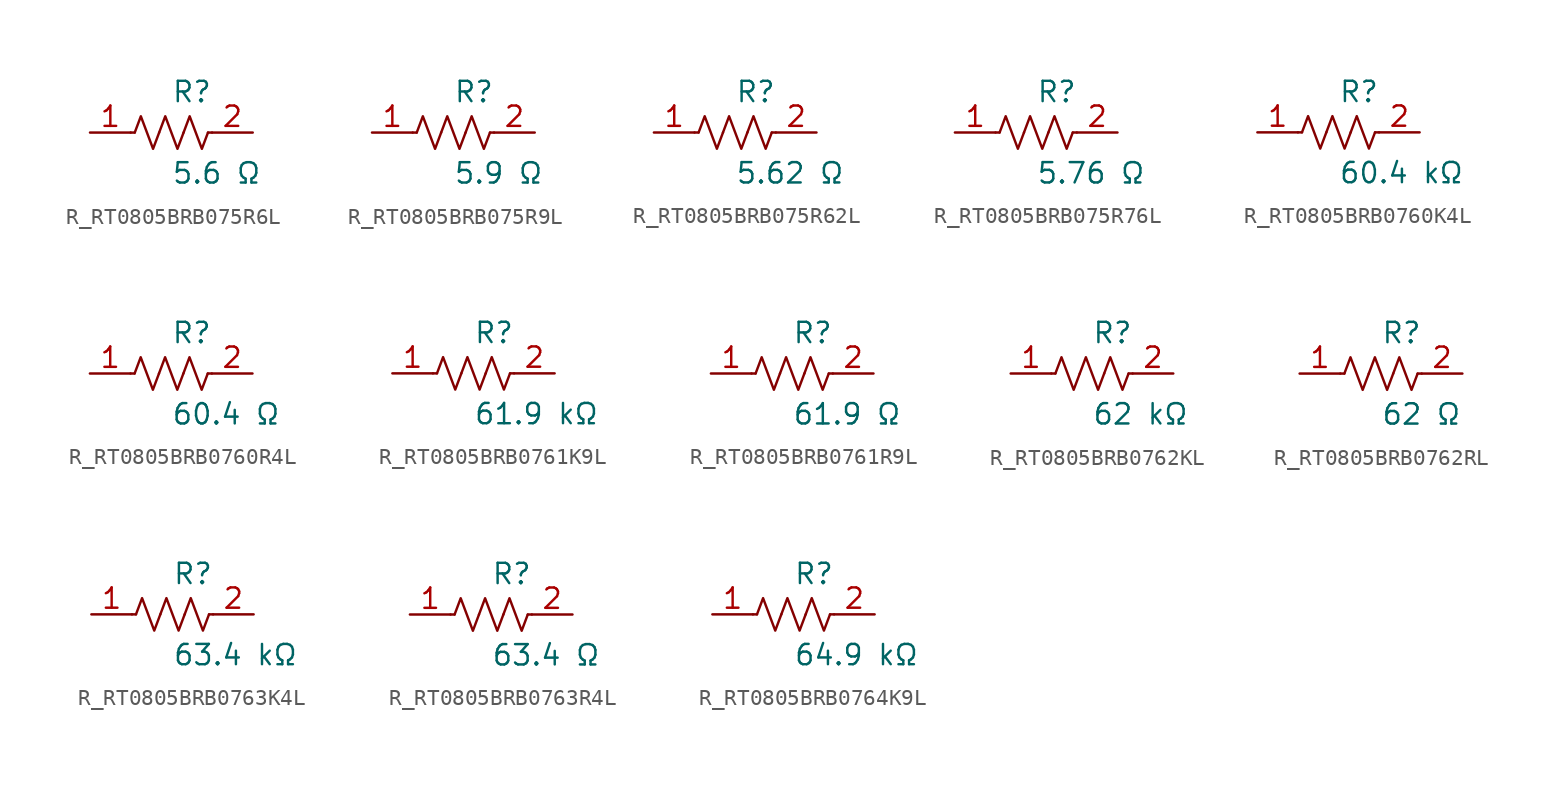
<source format=kicad_sym>
(kicad_symbol_lib
  (version 20231120)
  (generator kicad_symbol_editor)
  (generator_version 8.0)
  (symbol "R_RT0805BRB075R6L"
    (pin_names
      (offset 0.254))
    (property "Reference" "R"
      (at 0 2.54 0)
      (effects (font (size 1.27 1.27)) (justify left)))
    (property "Value" "5.6 Ω"
      (at 0 -2.54 0)
      (effects (font (size 1.27 1.27)) (justify left)))
    (symbol "R_RT0805BRB075R6L_0_1"
      (polyline (pts (xy 2.286 0) (xy 2.54 0)) (stroke (width 0) (type default)) (fill (type none)))
      (polyline (pts (xy -2.286 0) (xy -2.54 0)) (stroke (width 0) (type default)) (fill (type none)))
      (polyline (pts (xy 0.762 0) (xy 1.143 1.016) (xy 1.524 0) (xy 1.905 -1.016) (xy 2.286 0)) (stroke (width 0) (type default)) (fill (type none)))
      (polyline (pts (xy -0.762 0) (xy -0.381 1.016) (xy 0 0) (xy 0.381 -1.016) (xy 0.762 0)) (stroke (width 0) (type default)) (fill (type none)))
      (polyline (pts (xy -2.286 0) (xy -1.905 1.016) (xy -1.524 0) (xy -1.143 -1.016) (xy -0.762 0)) (stroke (width 0) (type default)) (fill (type none))))
    (pin unspecified line
      (at -5.08 0 0)
      (length 2.54)
      (name "" (effects (font (size 1.27 1.27))))
      (number "1" (effects (font (size 1.27 1.27)))))
    (pin unspecified line
      (at 5.08 0 180)
      (length 2.54)
      (name "" (effects (font (size 1.27 1.27))))
      (number "2" (effects (font (size 1.27 1.27))))))
  (symbol "R_RT0805BRB075R9L"
    (pin_names
      (offset 0.254))
    (property "Reference" "R"
      (at 0 2.54 0)
      (effects (font (size 1.27 1.27)) (justify left)))
    (property "Value" "5.9 Ω"
      (at 0 -2.54 0)
      (effects (font (size 1.27 1.27)) (justify left)))
    (symbol "R_RT0805BRB075R9L_0_1"
      (polyline (pts (xy 2.286 0) (xy 2.54 0)) (stroke (width 0) (type default)) (fill (type none)))
      (polyline (pts (xy -2.286 0) (xy -2.54 0)) (stroke (width 0) (type default)) (fill (type none)))
      (polyline (pts (xy 0.762 0) (xy 1.143 1.016) (xy 1.524 0) (xy 1.905 -1.016) (xy 2.286 0)) (stroke (width 0) (type default)) (fill (type none)))
      (polyline (pts (xy -0.762 0) (xy -0.381 1.016) (xy 0 0) (xy 0.381 -1.016) (xy 0.762 0)) (stroke (width 0) (type default)) (fill (type none)))
      (polyline (pts (xy -2.286 0) (xy -1.905 1.016) (xy -1.524 0) (xy -1.143 -1.016) (xy -0.762 0)) (stroke (width 0) (type default)) (fill (type none))))
    (pin unspecified line
      (at -5.08 0 0)
      (length 2.54)
      (name "" (effects (font (size 1.27 1.27))))
      (number "1" (effects (font (size 1.27 1.27)))))
    (pin unspecified line
      (at 5.08 0 180)
      (length 2.54)
      (name "" (effects (font (size 1.27 1.27))))
      (number "2" (effects (font (size 1.27 1.27))))))
  (symbol "R_RT0805BRB075R62L"
    (pin_names
      (offset 0.254))
    (property "Reference" "R"
      (at 0 2.54 0)
      (effects (font (size 1.27 1.27)) (justify left)))
    (property "Value" "5.62 Ω"
      (at 0 -2.54 0)
      (effects (font (size 1.27 1.27)) (justify left)))
    (symbol "R_RT0805BRB075R62L_0_1"
      (polyline (pts (xy 2.286 0) (xy 2.54 0)) (stroke (width 0) (type default)) (fill (type none)))
      (polyline (pts (xy -2.286 0) (xy -2.54 0)) (stroke (width 0) (type default)) (fill (type none)))
      (polyline (pts (xy 0.762 0) (xy 1.143 1.016) (xy 1.524 0) (xy 1.905 -1.016) (xy 2.286 0)) (stroke (width 0) (type default)) (fill (type none)))
      (polyline (pts (xy -0.762 0) (xy -0.381 1.016) (xy 0 0) (xy 0.381 -1.016) (xy 0.762 0)) (stroke (width 0) (type default)) (fill (type none)))
      (polyline (pts (xy -2.286 0) (xy -1.905 1.016) (xy -1.524 0) (xy -1.143 -1.016) (xy -0.762 0)) (stroke (width 0) (type default)) (fill (type none))))
    (pin unspecified line
      (at -5.08 0 0)
      (length 2.54)
      (name "" (effects (font (size 1.27 1.27))))
      (number "1" (effects (font (size 1.27 1.27)))))
    (pin unspecified line
      (at 5.08 0 180)
      (length 2.54)
      (name "" (effects (font (size 1.27 1.27))))
      (number "2" (effects (font (size 1.27 1.27))))))
  (symbol "R_RT0805BRB075R76L"
    (pin_names
      (offset 0.254))
    (property "Reference" "R"
      (at 0 2.54 0)
      (effects (font (size 1.27 1.27)) (justify left)))
    (property "Value" "5.76 Ω"
      (at 0 -2.54 0)
      (effects (font (size 1.27 1.27)) (justify left)))
    (symbol "R_RT0805BRB075R76L_0_1"
      (polyline (pts (xy 2.286 0) (xy 2.54 0)) (stroke (width 0) (type default)) (fill (type none)))
      (polyline (pts (xy -2.286 0) (xy -2.54 0)) (stroke (width 0) (type default)) (fill (type none)))
      (polyline (pts (xy 0.762 0) (xy 1.143 1.016) (xy 1.524 0) (xy 1.905 -1.016) (xy 2.286 0)) (stroke (width 0) (type default)) (fill (type none)))
      (polyline (pts (xy -0.762 0) (xy -0.381 1.016) (xy 0 0) (xy 0.381 -1.016) (xy 0.762 0)) (stroke (width 0) (type default)) (fill (type none)))
      (polyline (pts (xy -2.286 0) (xy -1.905 1.016) (xy -1.524 0) (xy -1.143 -1.016) (xy -0.762 0)) (stroke (width 0) (type default)) (fill (type none))))
    (pin unspecified line
      (at -5.08 0 0)
      (length 2.54)
      (name "" (effects (font (size 1.27 1.27))))
      (number "1" (effects (font (size 1.27 1.27)))))
    (pin unspecified line
      (at 5.08 0 180)
      (length 2.54)
      (name "" (effects (font (size 1.27 1.27))))
      (number "2" (effects (font (size 1.27 1.27))))))
  (symbol "R_RT0805BRB0760K4L"
    (pin_names
      (offset 0.254))
    (property "Reference" "R"
      (at 0 2.54 0)
      (effects (font (size 1.27 1.27)) (justify left)))
    (property "Value" "60.4 kΩ"
      (at 0 -2.54 0)
      (effects (font (size 1.27 1.27)) (justify left)))
    (symbol "R_RT0805BRB0760K4L_0_1"
      (polyline (pts (xy 2.286 0) (xy 2.54 0)) (stroke (width 0) (type default)) (fill (type none)))
      (polyline (pts (xy -2.286 0) (xy -2.54 0)) (stroke (width 0) (type default)) (fill (type none)))
      (polyline (pts (xy 0.762 0) (xy 1.143 1.016) (xy 1.524 0) (xy 1.905 -1.016) (xy 2.286 0)) (stroke (width 0) (type default)) (fill (type none)))
      (polyline (pts (xy -0.762 0) (xy -0.381 1.016) (xy 0 0) (xy 0.381 -1.016) (xy 0.762 0)) (stroke (width 0) (type default)) (fill (type none)))
      (polyline (pts (xy -2.286 0) (xy -1.905 1.016) (xy -1.524 0) (xy -1.143 -1.016) (xy -0.762 0)) (stroke (width 0) (type default)) (fill (type none))))
    (pin unspecified line
      (at -5.08 0 0)
      (length 2.54)
      (name "" (effects (font (size 1.27 1.27))))
      (number "1" (effects (font (size 1.27 1.27)))))
    (pin unspecified line
      (at 5.08 0 180)
      (length 2.54)
      (name "" (effects (font (size 1.27 1.27))))
      (number "2" (effects (font (size 1.27 1.27))))))
  (symbol "R_RT0805BRB0760R4L"
    (pin_names
      (offset 0.254))
    (property "Reference" "R"
      (at 0 2.54 0)
      (effects (font (size 1.27 1.27)) (justify left)))
    (property "Value" "60.4 Ω"
      (at 0 -2.54 0)
      (effects (font (size 1.27 1.27)) (justify left)))
    (symbol "R_RT0805BRB0760R4L_0_1"
      (polyline (pts (xy 2.286 0) (xy 2.54 0)) (stroke (width 0) (type default)) (fill (type none)))
      (polyline (pts (xy -2.286 0) (xy -2.54 0)) (stroke (width 0) (type default)) (fill (type none)))
      (polyline (pts (xy 0.762 0) (xy 1.143 1.016) (xy 1.524 0) (xy 1.905 -1.016) (xy 2.286 0)) (stroke (width 0) (type default)) (fill (type none)))
      (polyline (pts (xy -0.762 0) (xy -0.381 1.016) (xy 0 0) (xy 0.381 -1.016) (xy 0.762 0)) (stroke (width 0) (type default)) (fill (type none)))
      (polyline (pts (xy -2.286 0) (xy -1.905 1.016) (xy -1.524 0) (xy -1.143 -1.016) (xy -0.762 0)) (stroke (width 0) (type default)) (fill (type none))))
    (pin unspecified line
      (at -5.08 0 0)
      (length 2.54)
      (name "" (effects (font (size 1.27 1.27))))
      (number "1" (effects (font (size 1.27 1.27)))))
    (pin unspecified line
      (at 5.08 0 180)
      (length 2.54)
      (name "" (effects (font (size 1.27 1.27))))
      (number "2" (effects (font (size 1.27 1.27))))))
  (symbol "R_RT0805BRB0761K9L"
    (pin_names
      (offset 0.254))
    (property "Reference" "R"
      (at 0 2.54 0)
      (effects (font (size 1.27 1.27)) (justify left)))
    (property "Value" "61.9 kΩ"
      (at 0 -2.54 0)
      (effects (font (size 1.27 1.27)) (justify left)))
    (symbol "R_RT0805BRB0761K9L_0_1"
      (polyline (pts (xy 2.286 0) (xy 2.54 0)) (stroke (width 0) (type default)) (fill (type none)))
      (polyline (pts (xy -2.286 0) (xy -2.54 0)) (stroke (width 0) (type default)) (fill (type none)))
      (polyline (pts (xy 0.762 0) (xy 1.143 1.016) (xy 1.524 0) (xy 1.905 -1.016) (xy 2.286 0)) (stroke (width 0) (type default)) (fill (type none)))
      (polyline (pts (xy -0.762 0) (xy -0.381 1.016) (xy 0 0) (xy 0.381 -1.016) (xy 0.762 0)) (stroke (width 0) (type default)) (fill (type none)))
      (polyline (pts (xy -2.286 0) (xy -1.905 1.016) (xy -1.524 0) (xy -1.143 -1.016) (xy -0.762 0)) (stroke (width 0) (type default)) (fill (type none))))
    (pin unspecified line
      (at -5.08 0 0)
      (length 2.54)
      (name "" (effects (font (size 1.27 1.27))))
      (number "1" (effects (font (size 1.27 1.27)))))
    (pin unspecified line
      (at 5.08 0 180)
      (length 2.54)
      (name "" (effects (font (size 1.27 1.27))))
      (number "2" (effects (font (size 1.27 1.27))))))
  (symbol "R_RT0805BRB0761R9L"
    (pin_names
      (offset 0.254))
    (property "Reference" "R"
      (at 0 2.54 0)
      (effects (font (size 1.27 1.27)) (justify left)))
    (property "Value" "61.9 Ω"
      (at 0 -2.54 0)
      (effects (font (size 1.27 1.27)) (justify left)))
    (symbol "R_RT0805BRB0761R9L_0_1"
      (polyline (pts (xy 2.286 0) (xy 2.54 0)) (stroke (width 0) (type default)) (fill (type none)))
      (polyline (pts (xy -2.286 0) (xy -2.54 0)) (stroke (width 0) (type default)) (fill (type none)))
      (polyline (pts (xy 0.762 0) (xy 1.143 1.016) (xy 1.524 0) (xy 1.905 -1.016) (xy 2.286 0)) (stroke (width 0) (type default)) (fill (type none)))
      (polyline (pts (xy -0.762 0) (xy -0.381 1.016) (xy 0 0) (xy 0.381 -1.016) (xy 0.762 0)) (stroke (width 0) (type default)) (fill (type none)))
      (polyline (pts (xy -2.286 0) (xy -1.905 1.016) (xy -1.524 0) (xy -1.143 -1.016) (xy -0.762 0)) (stroke (width 0) (type default)) (fill (type none))))
    (pin unspecified line
      (at -5.08 0 0)
      (length 2.54)
      (name "" (effects (font (size 1.27 1.27))))
      (number "1" (effects (font (size 1.27 1.27)))))
    (pin unspecified line
      (at 5.08 0 180)
      (length 2.54)
      (name "" (effects (font (size 1.27 1.27))))
      (number "2" (effects (font (size 1.27 1.27))))))
  (symbol "R_RT0805BRB0762KL"
    (pin_names
      (offset 0.254))
    (property "Reference" "R"
      (at 0 2.54 0)
      (effects (font (size 1.27 1.27)) (justify left)))
    (property "Value" "62 kΩ"
      (at 0 -2.54 0)
      (effects (font (size 1.27 1.27)) (justify left)))
    (symbol "R_RT0805BRB0762KL_0_1"
      (polyline (pts (xy 2.286 0) (xy 2.54 0)) (stroke (width 0) (type default)) (fill (type none)))
      (polyline (pts (xy -2.286 0) (xy -2.54 0)) (stroke (width 0) (type default)) (fill (type none)))
      (polyline (pts (xy 0.762 0) (xy 1.143 1.016) (xy 1.524 0) (xy 1.905 -1.016) (xy 2.286 0)) (stroke (width 0) (type default)) (fill (type none)))
      (polyline (pts (xy -0.762 0) (xy -0.381 1.016) (xy 0 0) (xy 0.381 -1.016) (xy 0.762 0)) (stroke (width 0) (type default)) (fill (type none)))
      (polyline (pts (xy -2.286 0) (xy -1.905 1.016) (xy -1.524 0) (xy -1.143 -1.016) (xy -0.762 0)) (stroke (width 0) (type default)) (fill (type none))))
    (pin unspecified line
      (at -5.08 0 0)
      (length 2.54)
      (name "" (effects (font (size 1.27 1.27))))
      (number "1" (effects (font (size 1.27 1.27)))))
    (pin unspecified line
      (at 5.08 0 180)
      (length 2.54)
      (name "" (effects (font (size 1.27 1.27))))
      (number "2" (effects (font (size 1.27 1.27))))))
  (symbol "R_RT0805BRB0762RL"
    (pin_names
      (offset 0.254))
    (property "Reference" "R"
      (at 0 2.54 0)
      (effects (font (size 1.27 1.27)) (justify left)))
    (property "Value" "62 Ω"
      (at 0 -2.54 0)
      (effects (font (size 1.27 1.27)) (justify left)))
    (symbol "R_RT0805BRB0762RL_0_1"
      (polyline (pts (xy 2.286 0) (xy 2.54 0)) (stroke (width 0) (type default)) (fill (type none)))
      (polyline (pts (xy -2.286 0) (xy -2.54 0)) (stroke (width 0) (type default)) (fill (type none)))
      (polyline (pts (xy 0.762 0) (xy 1.143 1.016) (xy 1.524 0) (xy 1.905 -1.016) (xy 2.286 0)) (stroke (width 0) (type default)) (fill (type none)))
      (polyline (pts (xy -0.762 0) (xy -0.381 1.016) (xy 0 0) (xy 0.381 -1.016) (xy 0.762 0)) (stroke (width 0) (type default)) (fill (type none)))
      (polyline (pts (xy -2.286 0) (xy -1.905 1.016) (xy -1.524 0) (xy -1.143 -1.016) (xy -0.762 0)) (stroke (width 0) (type default)) (fill (type none))))
    (pin unspecified line
      (at -5.08 0 0)
      (length 2.54)
      (name "" (effects (font (size 1.27 1.27))))
      (number "1" (effects (font (size 1.27 1.27)))))
    (pin unspecified line
      (at 5.08 0 180)
      (length 2.54)
      (name "" (effects (font (size 1.27 1.27))))
      (number "2" (effects (font (size 1.27 1.27))))))
  (symbol "R_RT0805BRB0763K4L"
    (pin_names
      (offset 0.254))
    (property "Reference" "R"
      (at 0 2.54 0)
      (effects (font (size 1.27 1.27)) (justify left)))
    (property "Value" "63.4 kΩ"
      (at 0 -2.54 0)
      (effects (font (size 1.27 1.27)) (justify left)))
    (symbol "R_RT0805BRB0763K4L_0_1"
      (polyline (pts (xy 2.286 0) (xy 2.54 0)) (stroke (width 0) (type default)) (fill (type none)))
      (polyline (pts (xy -2.286 0) (xy -2.54 0)) (stroke (width 0) (type default)) (fill (type none)))
      (polyline (pts (xy 0.762 0) (xy 1.143 1.016) (xy 1.524 0) (xy 1.905 -1.016) (xy 2.286 0)) (stroke (width 0) (type default)) (fill (type none)))
      (polyline (pts (xy -0.762 0) (xy -0.381 1.016) (xy 0 0) (xy 0.381 -1.016) (xy 0.762 0)) (stroke (width 0) (type default)) (fill (type none)))
      (polyline (pts (xy -2.286 0) (xy -1.905 1.016) (xy -1.524 0) (xy -1.143 -1.016) (xy -0.762 0)) (stroke (width 0) (type default)) (fill (type none))))
    (pin unspecified line
      (at -5.08 0 0)
      (length 2.54)
      (name "" (effects (font (size 1.27 1.27))))
      (number "1" (effects (font (size 1.27 1.27)))))
    (pin unspecified line
      (at 5.08 0 180)
      (length 2.54)
      (name "" (effects (font (size 1.27 1.27))))
      (number "2" (effects (font (size 1.27 1.27))))))
  (symbol "R_RT0805BRB0763R4L"
    (pin_names
      (offset 0.254))
    (property "Reference" "R"
      (at 0 2.54 0)
      (effects (font (size 1.27 1.27)) (justify left)))
    (property "Value" "63.4 Ω"
      (at 0 -2.54 0)
      (effects (font (size 1.27 1.27)) (justify left)))
    (symbol "R_RT0805BRB0763R4L_0_1"
      (polyline (pts (xy 2.286 0) (xy 2.54 0)) (stroke (width 0) (type default)) (fill (type none)))
      (polyline (pts (xy -2.286 0) (xy -2.54 0)) (stroke (width 0) (type default)) (fill (type none)))
      (polyline (pts (xy 0.762 0) (xy 1.143 1.016) (xy 1.524 0) (xy 1.905 -1.016) (xy 2.286 0)) (stroke (width 0) (type default)) (fill (type none)))
      (polyline (pts (xy -0.762 0) (xy -0.381 1.016) (xy 0 0) (xy 0.381 -1.016) (xy 0.762 0)) (stroke (width 0) (type default)) (fill (type none)))
      (polyline (pts (xy -2.286 0) (xy -1.905 1.016) (xy -1.524 0) (xy -1.143 -1.016) (xy -0.762 0)) (stroke (width 0) (type default)) (fill (type none))))
    (pin unspecified line
      (at -5.08 0 0)
      (length 2.54)
      (name "" (effects (font (size 1.27 1.27))))
      (number "1" (effects (font (size 1.27 1.27)))))
    (pin unspecified line
      (at 5.08 0 180)
      (length 2.54)
      (name "" (effects (font (size 1.27 1.27))))
      (number "2" (effects (font (size 1.27 1.27))))))
  (symbol "R_RT0805BRB0764K9L"
    (pin_names
      (offset 0.254))
    (property "Reference" "R"
      (at 0 2.54 0)
      (effects (font (size 1.27 1.27)) (justify left)))
    (property "Value" "64.9 kΩ"
      (at 0 -2.54 0)
      (effects (font (size 1.27 1.27)) (justify left)))
    (symbol "R_RT0805BRB0764K9L_0_1"
      (polyline (pts (xy 2.286 0) (xy 2.54 0)) (stroke (width 0) (type default)) (fill (type none)))
      (polyline (pts (xy -2.286 0) (xy -2.54 0)) (stroke (width 0) (type default)) (fill (type none)))
      (polyline (pts (xy 0.762 0) (xy 1.143 1.016) (xy 1.524 0) (xy 1.905 -1.016) (xy 2.286 0)) (stroke (width 0) (type default)) (fill (type none)))
      (polyline (pts (xy -0.762 0) (xy -0.381 1.016) (xy 0 0) (xy 0.381 -1.016) (xy 0.762 0)) (stroke (width 0) (type default)) (fill (type none)))
      (polyline (pts (xy -2.286 0) (xy -1.905 1.016) (xy -1.524 0) (xy -1.143 -1.016) (xy -0.762 0)) (stroke (width 0) (type default)) (fill (type none))))
    (pin unspecified line
      (at -5.08 0 0)
      (length 2.54)
      (name "" (effects (font (size 1.27 1.27))))
      (number "1" (effects (font (size 1.27 1.27)))))
    (pin unspecified line
      (at 5.08 0 180)
      (length 2.54)
      (name "" (effects (font (size 1.27 1.27))))
      (number "2" (effects (font (size 1.27 1.27)))))))
</source>
